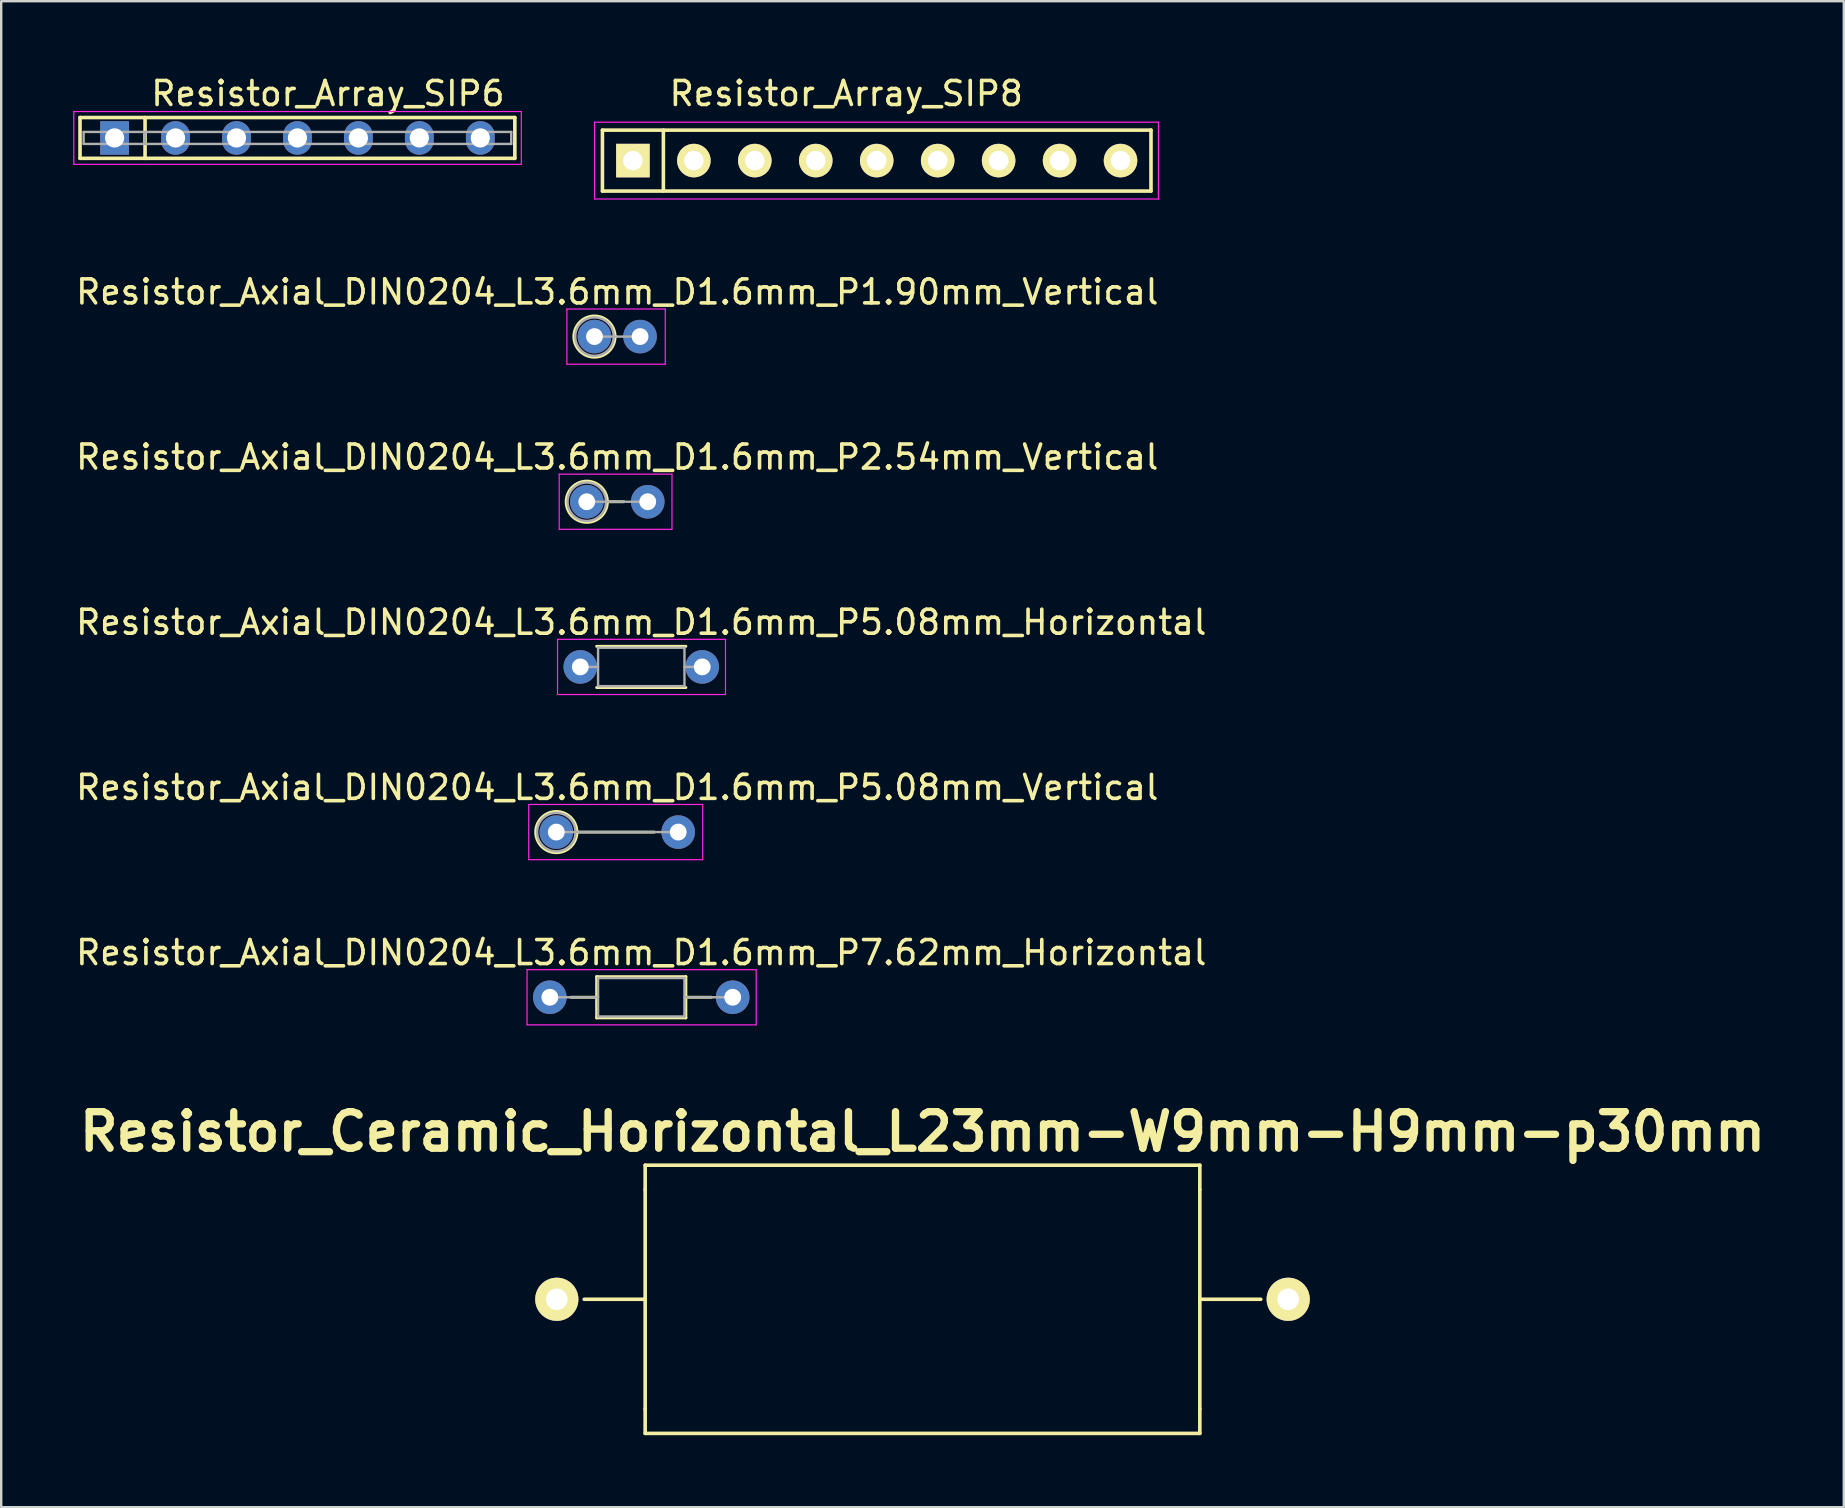
<source format=kicad_pcb>
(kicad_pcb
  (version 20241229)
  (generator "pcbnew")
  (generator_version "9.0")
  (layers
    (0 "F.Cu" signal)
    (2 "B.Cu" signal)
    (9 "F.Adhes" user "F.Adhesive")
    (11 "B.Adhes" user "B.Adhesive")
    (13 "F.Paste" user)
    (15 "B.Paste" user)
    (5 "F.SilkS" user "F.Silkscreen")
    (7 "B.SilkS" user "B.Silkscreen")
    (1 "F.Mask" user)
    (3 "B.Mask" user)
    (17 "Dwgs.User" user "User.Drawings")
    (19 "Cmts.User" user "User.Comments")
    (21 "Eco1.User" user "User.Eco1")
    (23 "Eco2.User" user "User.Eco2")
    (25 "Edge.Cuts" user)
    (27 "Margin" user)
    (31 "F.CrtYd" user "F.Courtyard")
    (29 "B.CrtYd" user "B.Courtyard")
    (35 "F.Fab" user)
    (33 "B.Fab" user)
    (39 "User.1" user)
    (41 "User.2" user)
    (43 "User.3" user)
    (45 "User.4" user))
  (footprint "Resistor_Array_SIP6"
    (layer "F.Cu")
    (at 1.725 2.698)
    (property "Reference" "Resistor_Array_SIP6" (at 8.89 -1.85 0) (layer "F.SilkS") (effects (font (size 1 1) (thickness 0.15))))
    (attr through_hole)
    (fp_line (start -1.44 -0.85) (end -1.44 0.85) (stroke (width 0.15) (type solid)) (layer "F.SilkS"))
    (fp_line (start -1.44 0.85) (end 16.68 0.85) (stroke (width 0.15) (type solid)) (layer "F.SilkS"))
    (fp_line (start 1.27 -0.85) (end 1.27 0.85) (stroke (width 0.15) (type solid)) (layer "F.SilkS"))
    (fp_line (start 16.68 -0.85) (end -1.44 -0.85) (stroke (width 0.15) (type solid)) (layer "F.SilkS"))
    (fp_line (start 16.68 0.85) (end 16.68 -0.85) (stroke (width 0.15) (type solid)) (layer "F.SilkS"))
    (fp_line (start -1.7 -1.1) (end -1.7 1.1) (stroke (width 0.05) (type solid)) (layer "F.CrtYd"))
    (fp_line (start -1.7 1.1) (end 16.95 1.1) (stroke (width 0.05) (type solid)) (layer "F.CrtYd"))
    (fp_line (start 16.95 -1.1) (end -1.7 -1.1) (stroke (width 0.05) (type solid)) (layer "F.CrtYd"))
    (fp_line (start 16.95 1.1) (end 16.95 -1.1) (stroke (width 0.05) (type solid)) (layer "F.CrtYd"))
    (fp_line (start -1.29 -0.25) (end -1.29 0.25) (stroke (width 0.1) (type solid)) (layer "F.Fab"))
    (fp_line (start -1.29 0.25) (end 16.53 0.25) (stroke (width 0.1) (type solid)) (layer "F.Fab"))
    (fp_line (start 1.27 -0.25) (end 1.27 0.25) (stroke (width 0.1) (type solid)) (layer "F.Fab"))
    (fp_line (start 16.53 -0.25) (end -1.29 -0.25) (stroke (width 0.1) (type solid)) (layer "F.Fab"))
    (fp_line (start 16.53 0.25) (end 16.53 -0.25) (stroke (width 0.1) (type solid)) (layer "F.Fab"))
    (pad "1" thru_hole rect (at 0 0) (size 1.2 1.4) (drill 0.8) (layers "*.Cu" "*.Mask"))
    (pad "2" thru_hole oval (at 2.54 0) (size 1.2 1.4) (drill 0.8) (layers "*.Cu" "*.Mask"))
    (pad "3" thru_hole oval (at 5.08 0) (size 1.2 1.4) (drill 0.8) (layers "*.Cu" "*.Mask"))
    (pad "4" thru_hole oval (at 7.62 0) (size 1.2 1.4) (drill 0.8) (layers "*.Cu" "*.Mask"))
    (pad "5" thru_hole oval (at 10.16 0) (size 1.2 1.4) (drill 0.8) (layers "*.Cu" "*.Mask"))
    (pad "6" thru_hole oval (at 12.7 0) (size 1.2 1.4) (drill 0.8) (layers "*.Cu" "*.Mask"))
    (pad "7" thru_hole oval (at 15.24 0) (size 1.2 1.4) (drill 0.8) (layers "*.Cu" "*.Mask")))
  (footprint "Resistor_Axial_DIN0204_L3.6mm_D1.6mm_P5.08mm_Vertical"
    (layer "F.Cu")
    (at 20.133 31.625)
    (property "Reference" "Resistor_Axial_DIN0204_L3.6mm_D1.6mm_P5.08mm_Vertical" (at 2.54 -1.86 0) (layer "F.SilkS") (effects (font (size 1 1) (thickness 0.15))))
    (attr through_hole)
    (fp_line (start 0.86 0) (end 4.08 0) (stroke (width 0.12) (type solid)) (layer "F.SilkS"))
    (fp_circle (center 0 0) (end 0.86 0) (stroke (width 0.12) (type solid)) (fill no) (layer "F.SilkS"))
    (fp_line (start -1.15 -1.15) (end -1.15 1.15) (stroke (width 0.05) (type solid)) (layer "F.CrtYd"))
    (fp_line (start -1.15 1.15) (end 6.1 1.15) (stroke (width 0.05) (type solid)) (layer "F.CrtYd"))
    (fp_line (start 6.1 -1.15) (end -1.15 -1.15) (stroke (width 0.05) (type solid)) (layer "F.CrtYd"))
    (fp_line (start 6.1 1.15) (end 6.1 -1.15) (stroke (width 0.05) (type solid)) (layer "F.CrtYd"))
    (fp_line (start 0 0) (end 5.08 0) (stroke (width 0.1) (type solid)) (layer "F.Fab"))
    (fp_circle (center 0 0) (end 0.8 0) (stroke (width 0.1) (type solid)) (fill no) (layer "F.Fab"))
    (pad "1" thru_hole circle (at 0 0) (size 1.4 1.4) (drill 0.7) (layers "*.Cu" "*.Mask"))
    (pad "2" thru_hole oval (at 5.08 0) (size 1.4 1.4) (drill 0.7) (layers "*.Cu" "*.Mask")))
  (footprint "Resistor_Ceramic_Horizontal_L23mm-W9mm-H9mm-p30mm"
    (layer "F.Cu")
    (at 35.393 51.095)
    (property "Reference" "Resistor_Ceramic_Horizontal_L23mm-W9mm-H9mm-p30mm" (at 0 -6.985 0) (layer "F.SilkS") (effects (font (size 1.524 1.524) (thickness 0.305))))
    (attr through_hole)
    (fp_line (start -11.557 -5.588) (end 11.557 -5.588) (stroke (width 0.15) (type solid)) (layer "F.SilkS"))
    (fp_line (start -11.557 -4.572) (end -11.557 -5.588) (stroke (width 0.15) (type solid)) (layer "F.SilkS"))
    (fp_line (start -11.557 -4.572) (end -11.557 4.572) (stroke (width 0.15) (type solid)) (layer "F.SilkS"))
    (fp_line (start -11.557 0) (end -14.097 0) (stroke (width 0.15) (type solid)) (layer "F.SilkS"))
    (fp_line (start -11.557 4.572) (end -11.557 5.588) (stroke (width 0.15) (type solid)) (layer "F.SilkS"))
    (fp_line (start -11.557 5.588) (end 11.557 5.588) (stroke (width 0.15) (type solid)) (layer "F.SilkS"))
    (fp_line (start 11.557 -5.588) (end 11.557 -4.572) (stroke (width 0.15) (type solid)) (layer "F.SilkS"))
    (fp_line (start 11.557 0) (end 14.097 0) (stroke (width 0.15) (type solid)) (layer "F.SilkS"))
    (fp_line (start 11.557 4.572) (end 11.557 -4.572) (stroke (width 0.15) (type solid)) (layer "F.SilkS"))
    (fp_line (start 11.557 5.588) (end 11.557 4.572) (stroke (width 0.15) (type solid)) (layer "F.SilkS"))
    (pad "1" thru_hole circle (at -15.24 0 180) (size 1.8 1.8) (drill 0.9) (layers "*.Cu" "*.Mask" "F.SilkS"))
    (pad "2" thru_hole circle (at 15.24 0 180) (size 1.8 1.8) (drill 0.9) (layers "*.Cu" "*.Mask" "F.SilkS")))
  (footprint "Resistor_Axial_DIN0204_L3.6mm_D1.6mm_P5.08mm_Horizontal"
    (layer "F.Cu")
    (at 21.133 24.742)
    (property "Reference" "Resistor_Axial_DIN0204_L3.6mm_D1.6mm_P5.08mm_Horizontal" (at 2.54 -1.86 0) (layer "F.SilkS") (effects (font (size 1 1) (thickness 0.15))))
    (attr through_hole)
    (fp_line (start 0.68 -0.86) (end 4.4 -0.86) (stroke (width 0.12) (type solid)) (layer "F.SilkS"))
    (fp_line (start 0.68 0.86) (end 4.4 0.86) (stroke (width 0.12) (type solid)) (layer "F.SilkS"))
    (fp_line (start -0.95 -1.15) (end -0.95 1.15) (stroke (width 0.05) (type solid)) (layer "F.CrtYd"))
    (fp_line (start -0.95 1.15) (end 6.05 1.15) (stroke (width 0.05) (type solid)) (layer "F.CrtYd"))
    (fp_line (start 6.05 -1.15) (end -0.95 -1.15) (stroke (width 0.05) (type solid)) (layer "F.CrtYd"))
    (fp_line (start 6.05 1.15) (end 6.05 -1.15) (stroke (width 0.05) (type solid)) (layer "F.CrtYd"))
    (fp_line (start 0 0) (end 0.74 0) (stroke (width 0.1) (type solid)) (layer "F.Fab"))
    (fp_line (start 0.74 -0.8) (end 0.74 0.8) (stroke (width 0.1) (type solid)) (layer "F.Fab"))
    (fp_line (start 0.74 0.8) (end 4.34 0.8) (stroke (width 0.1) (type solid)) (layer "F.Fab"))
    (fp_line (start 4.34 -0.8) (end 0.74 -0.8) (stroke (width 0.1) (type solid)) (layer "F.Fab"))
    (fp_line (start 4.34 0.8) (end 4.34 -0.8) (stroke (width 0.1) (type solid)) (layer "F.Fab"))
    (fp_line (start 5.08 0) (end 4.34 0) (stroke (width 0.1) (type solid)) (layer "F.Fab"))
    (pad "1" thru_hole circle (at 0 0) (size 1.4 1.4) (drill 0.7) (layers "*.Cu" "*.Mask"))
    (pad "2" thru_hole oval (at 5.08 0) (size 1.4 1.4) (drill 0.7) (layers "*.Cu" "*.Mask")))
  (footprint "Resistor_Axial_DIN0204_L3.6mm_D1.6mm_P7.62mm_Horizontal"
    (layer "F.Cu")
    (at 19.863 38.508)
    (property "Reference" "Resistor_Axial_DIN0204_L3.6mm_D1.6mm_P7.62mm_Horizontal" (at 3.81 -1.86 0) (layer "F.SilkS") (effects (font (size 1 1) (thickness 0.15))))
    (attr through_hole)
    (fp_line (start 0.88 0) (end 1.95 0) (stroke (width 0.12) (type solid)) (layer "F.SilkS"))
    (fp_line (start 1.95 -0.86) (end 1.95 0.86) (stroke (width 0.12) (type solid)) (layer "F.SilkS"))
    (fp_line (start 1.95 0.86) (end 5.67 0.86) (stroke (width 0.12) (type solid)) (layer "F.SilkS"))
    (fp_line (start 5.67 -0.86) (end 1.95 -0.86) (stroke (width 0.12) (type solid)) (layer "F.SilkS"))
    (fp_line (start 5.67 0.86) (end 5.67 -0.86) (stroke (width 0.12) (type solid)) (layer "F.SilkS"))
    (fp_line (start 6.74 0) (end 5.67 0) (stroke (width 0.12) (type solid)) (layer "F.SilkS"))
    (fp_line (start -0.95 -1.15) (end -0.95 1.15) (stroke (width 0.05) (type solid)) (layer "F.CrtYd"))
    (fp_line (start -0.95 1.15) (end 8.6 1.15) (stroke (width 0.05) (type solid)) (layer "F.CrtYd"))
    (fp_line (start 8.6 -1.15) (end -0.95 -1.15) (stroke (width 0.05) (type solid)) (layer "F.CrtYd"))
    (fp_line (start 8.6 1.15) (end 8.6 -1.15) (stroke (width 0.05) (type solid)) (layer "F.CrtYd"))
    (fp_line (start 0 0) (end 2.01 0) (stroke (width 0.1) (type solid)) (layer "F.Fab"))
    (fp_line (start 2.01 -0.8) (end 2.01 0.8) (stroke (width 0.1) (type solid)) (layer "F.Fab"))
    (fp_line (start 2.01 0.8) (end 5.61 0.8) (stroke (width 0.1) (type solid)) (layer "F.Fab"))
    (fp_line (start 5.61 -0.8) (end 2.01 -0.8) (stroke (width 0.1) (type solid)) (layer "F.Fab"))
    (fp_line (start 5.61 0.8) (end 5.61 -0.8) (stroke (width 0.1) (type solid)) (layer "F.Fab"))
    (fp_line (start 7.62 0) (end 5.61 0) (stroke (width 0.1) (type solid)) (layer "F.Fab"))
    (pad "1" thru_hole circle (at 0 0) (size 1.4 1.4) (drill 0.7) (layers "*.Cu" "*.Mask"))
    (pad "2" thru_hole oval (at 7.62 0) (size 1.4 1.4) (drill 0.7) (layers "*.Cu" "*.Mask")))
  (footprint "Resistor_Axial_DIN0204_L3.6mm_D1.6mm_P1.90mm_Vertical"
    (layer "F.Cu")
    (at 21.723 10.976)
    (property "Reference" "Resistor_Axial_DIN0204_L3.6mm_D1.6mm_P1.90mm_Vertical" (at 0.95 -1.86 0) (layer "F.SilkS") (effects (font (size 1 1) (thickness 0.15))))
    (attr through_hole)
    (fp_line (start 0.86 0) (end 0.9 0) (stroke (width 0.12) (type solid)) (layer "F.SilkS"))
    (fp_circle (center 0 0) (end 0.86 0) (stroke (width 0.12) (type solid)) (fill no) (layer "F.SilkS"))
    (fp_line (start -1.15 -1.15) (end -1.15 1.15) (stroke (width 0.05) (type solid)) (layer "F.CrtYd"))
    (fp_line (start -1.15 1.15) (end 2.95 1.15) (stroke (width 0.05) (type solid)) (layer "F.CrtYd"))
    (fp_line (start 2.95 -1.15) (end -1.15 -1.15) (stroke (width 0.05) (type solid)) (layer "F.CrtYd"))
    (fp_line (start 2.95 1.15) (end 2.95 -1.15) (stroke (width 0.05) (type solid)) (layer "F.CrtYd"))
    (fp_line (start 0 0) (end 1.9 0) (stroke (width 0.1) (type solid)) (layer "F.Fab"))
    (fp_circle (center 0 0) (end 0.8 0) (stroke (width 0.1) (type solid)) (fill no) (layer "F.Fab"))
    (pad "1" thru_hole circle (at 0 0) (size 1.4 1.4) (drill 0.7) (layers "*.Cu" "*.Mask"))
    (pad "2" thru_hole oval (at 1.9 0) (size 1.4 1.4) (drill 0.7) (layers "*.Cu" "*.Mask")))
  (footprint "Resistor_Array_SIP8"
    (layer "F.Cu")
    (at 23.325 3.642)
    (property "Reference" "Resistor_Array_SIP8" (at 8.89 -2.794 0) (layer "F.SilkS") (effects (font (size 1 1) (thickness 0.15))))
    (attr through_hole)
    (fp_line (start -1.27 1.27) (end -1.27 -1.27) (stroke (width 0.15) (type solid)) (layer "F.SilkS"))
    (fp_line (start 1.27 -1.27) (end 1.27 1.27) (stroke (width 0.15) (type solid)) (layer "F.SilkS"))
    (fp_line (start 21.59 -1.27) (end -1.27 -1.27) (stroke (width 0.15) (type solid)) (layer "F.SilkS"))
    (fp_line (start 21.59 -1.27) (end 21.59 1.27) (stroke (width 0.15) (type solid)) (layer "F.SilkS"))
    (fp_line (start 21.59 1.27) (end -1.27 1.27) (stroke (width 0.15) (type solid)) (layer "F.SilkS"))
    (fp_line (start -1.6 -1.6) (end 21.9 -1.6) (stroke (width 0.05) (type solid)) (layer "F.CrtYd"))
    (fp_line (start -1.6 1.6) (end -1.6 -1.6) (stroke (width 0.05) (type solid)) (layer "F.CrtYd"))
    (fp_line (start 21.9 -1.6) (end 21.9 1.6) (stroke (width 0.05) (type solid)) (layer "F.CrtYd"))
    (fp_line (start 21.9 1.6) (end -1.6 1.6) (stroke (width 0.05) (type solid)) (layer "F.CrtYd"))
    (pad "1" thru_hole rect (at 0 0) (size 1.397 1.397) (drill 0.813) (layers "*.Cu" "*.Mask" "F.SilkS"))
    (pad "2" thru_hole circle (at 2.54 0) (size 1.397 1.397) (drill 0.813) (layers "*.Cu" "*.Mask" "F.SilkS"))
    (pad "3" thru_hole circle (at 5.08 0) (size 1.397 1.397) (drill 0.813) (layers "*.Cu" "*.Mask" "F.SilkS"))
    (pad "4" thru_hole circle (at 7.62 0) (size 1.397 1.397) (drill 0.813) (layers "*.Cu" "*.Mask" "F.SilkS"))
    (pad "5" thru_hole circle (at 10.16 0) (size 1.397 1.397) (drill 0.813) (layers "*.Cu" "*.Mask" "F.SilkS"))
    (pad "6" thru_hole circle (at 12.7 0) (size 1.397 1.397) (drill 0.813) (layers "*.Cu" "*.Mask" "F.SilkS"))
    (pad "7" thru_hole circle (at 15.24 0) (size 1.397 1.397) (drill 0.813) (layers "*.Cu" "*.Mask" "F.SilkS"))
    (pad "8" thru_hole circle (at 17.78 0) (size 1.397 1.397) (drill 0.813) (layers "*.Cu" "*.Mask" "F.SilkS"))
    (pad "9" thru_hole circle (at 20.32 0) (size 1.397 1.397) (drill 0.813) (layers "*.Cu" "*.Mask" "F.SilkS")))
  (footprint "Resistor_Axial_DIN0204_L3.6mm_D1.6mm_P2.54mm_Vertical"
    (layer "F.Cu")
    (at 21.403 17.859)
    (property "Reference" "Resistor_Axial_DIN0204_L3.6mm_D1.6mm_P2.54mm_Vertical" (at 1.27 -1.86 0) (layer "F.SilkS") (effects (font (size 1 1) (thickness 0.15))))
    (attr through_hole)
    (fp_line (start 0.86 0) (end 1.54 0) (stroke (width 0.12) (type solid)) (layer "F.SilkS"))
    (fp_circle (center 0 0) (end 0.86 0) (stroke (width 0.12) (type solid)) (fill no) (layer "F.SilkS"))
    (fp_line (start -1.15 -1.15) (end -1.15 1.15) (stroke (width 0.05) (type solid)) (layer "F.CrtYd"))
    (fp_line (start -1.15 1.15) (end 3.55 1.15) (stroke (width 0.05) (type solid)) (layer "F.CrtYd"))
    (fp_line (start 3.55 -1.15) (end -1.15 -1.15) (stroke (width 0.05) (type solid)) (layer "F.CrtYd"))
    (fp_line (start 3.55 1.15) (end 3.55 -1.15) (stroke (width 0.05) (type solid)) (layer "F.CrtYd"))
    (fp_line (start 0 0) (end 2.54 0) (stroke (width 0.1) (type solid)) (layer "F.Fab"))
    (fp_circle (center 0 0) (end 0.8 0) (stroke (width 0.1) (type solid)) (fill no) (layer "F.Fab"))
    (pad "1" thru_hole circle (at 0 0) (size 1.4 1.4) (drill 0.7) (layers "*.Cu" "*.Mask"))
    (pad "2" thru_hole oval (at 2.54 0) (size 1.4 1.4) (drill 0.7) (layers "*.Cu" "*.Mask")))
  (gr_rect
    (start -3 -3)
    (end 73.786 59.758)
    (stroke (width 0.1) (type default))
    (fill no)
    (layer "Edge.Cuts")))
</source>
